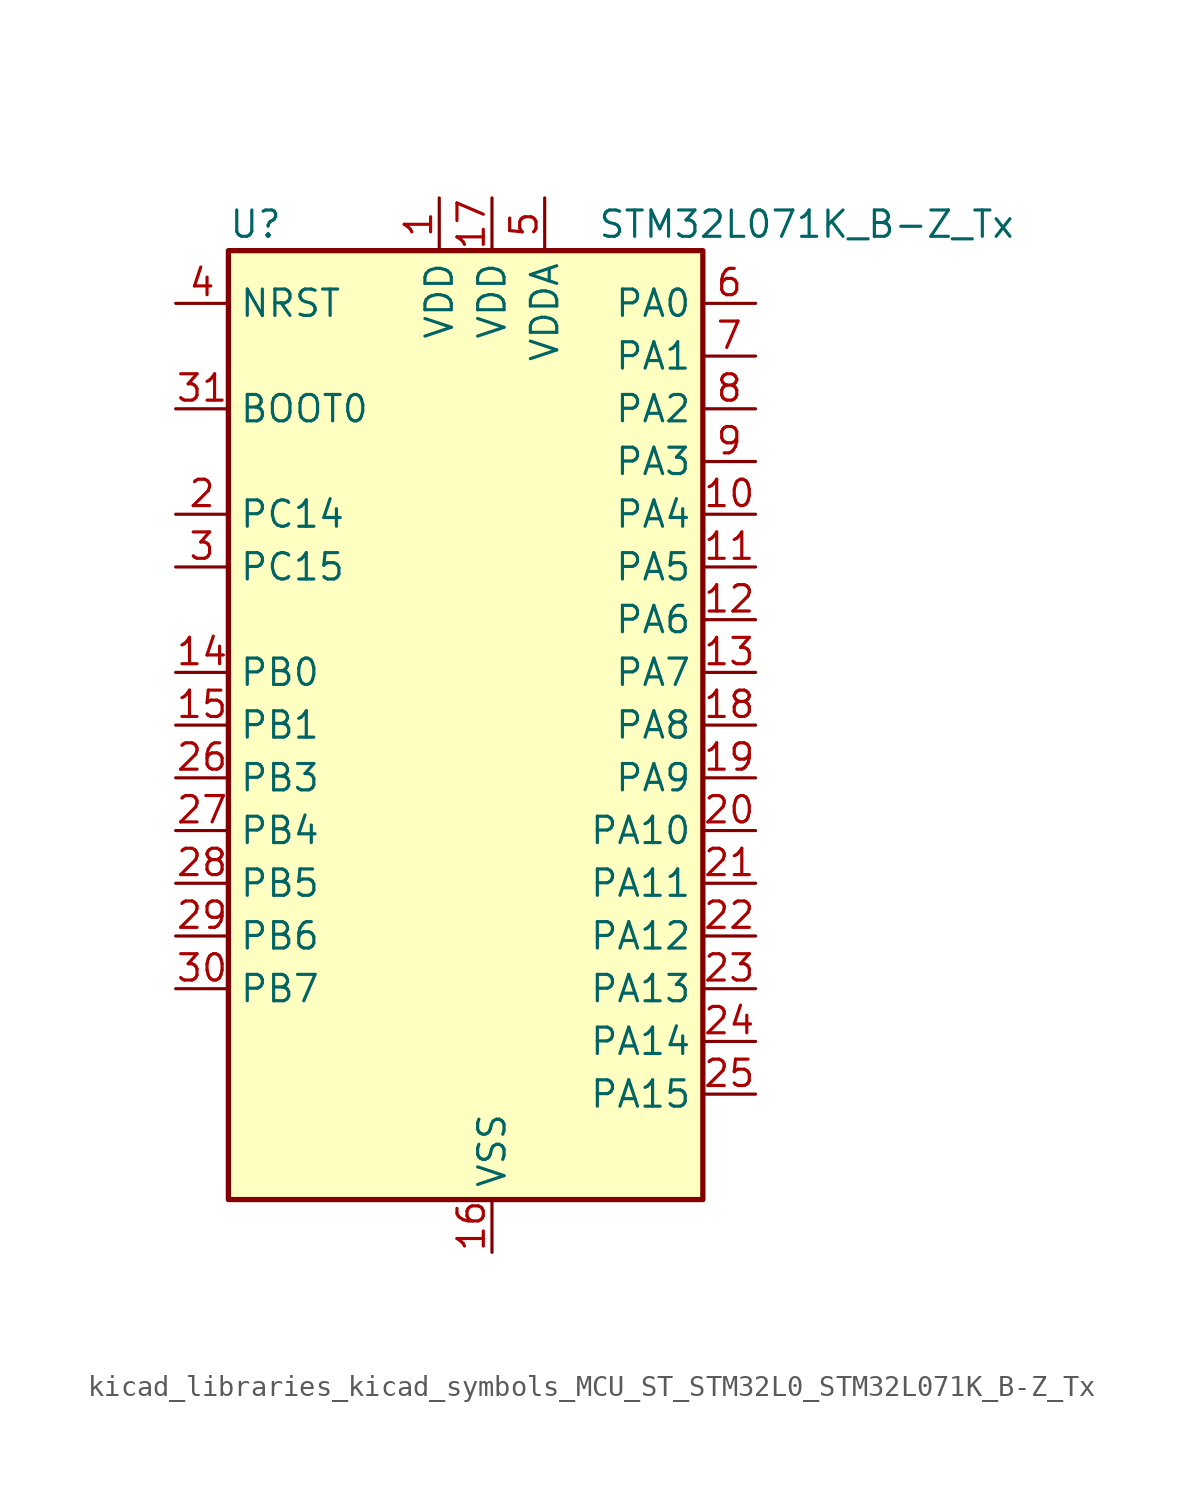
<source format=kicad_sym>
(kicad_symbol_lib
  (version 20220914)
  (generator kicad_symbol_editor)
  (symbol "kicad_libraries_kicad_symbols_MCU_ST_STM32L0_STM32L071K_B-Z_Tx"
    (property "Reference" "U"
      (at -10.16 24.13 0)
      (effects (font (size 1.27 1.27)) (justify left)))
    (property "Value" "STM32L071K_B-Z_Tx"
      (at 7.62 24.13 0)
      (effects (font (size 1.27 1.27)) (justify left)))
    (property "ki_locked" ""
      (at 0 0 0)
      (effects (font (size 1.27 1.27))))
    (symbol "kicad_libraries_kicad_symbols_MCU_ST_STM32L0_STM32L071K_B-Z_Tx_0_1"
      (rectangle (start -10.16 -22.86) (end 12.7 22.86) (stroke (width 0.254) (type default)) (fill (type background))))
    (symbol "kicad_libraries_kicad_symbols_MCU_ST_STM32L0_STM32L071K_B-Z_Tx_1_1"
      (pin power_in line (at 0 25.4 270) (length 2.54) (name "VDD" (effects (font (size 1.27 1.27)))) (number "1" (effects (font (size 1.27 1.27)))))
      (pin bidirectional line (at 15.24 10.16 180) (length 2.54) (name "PA4" (effects (font (size 1.27 1.27)))) (number "10" (effects (font (size 1.27 1.27)))) (alternate "ADC_IN4" bidirectional line) (alternate "COMP1_INM" bidirectional line) (alternate "COMP2_INM" bidirectional line) (alternate "SPI1_NSS" bidirectional line) (alternate "TIM22_ETR" bidirectional line) (alternate "USART2_CK" bidirectional line))
      (pin bidirectional line (at 15.24 7.62 180) (length 2.54) (name "PA5" (effects (font (size 1.27 1.27)))) (number "11" (effects (font (size 1.27 1.27)))) (alternate "ADC_IN5" bidirectional line) (alternate "COMP1_INM" bidirectional line) (alternate "COMP2_INM" bidirectional line) (alternate "SPI1_SCK" bidirectional line) (alternate "TIM2_CH1" bidirectional line) (alternate "TIM2_ETR" bidirectional line))
      (pin bidirectional line (at 15.24 5.08 180) (length 2.54) (name "PA6" (effects (font (size 1.27 1.27)))) (number "12" (effects (font (size 1.27 1.27)))) (alternate "ADC_IN6" bidirectional line) (alternate "COMP1_OUT" bidirectional line) (alternate "LPUART1_CTS" bidirectional line) (alternate "SPI1_MISO" bidirectional line) (alternate "TIM22_CH1" bidirectional line) (alternate "TIM3_CH1" bidirectional line))
      (pin bidirectional line (at 15.24 2.54 180) (length 2.54) (name "PA7" (effects (font (size 1.27 1.27)))) (number "13" (effects (font (size 1.27 1.27)))) (alternate "ADC_IN7" bidirectional line) (alternate "COMP2_OUT" bidirectional line) (alternate "SPI1_MOSI" bidirectional line) (alternate "TIM22_CH2" bidirectional line) (alternate "TIM3_CH2" bidirectional line))
      (pin bidirectional line (at -12.7 2.54 0) (length 2.54) (name "PB0" (effects (font (size 1.27 1.27)))) (number "14" (effects (font (size 1.27 1.27)))) (alternate "ADC_IN8" bidirectional line) (alternate "SYS_VREF_OUT_PB0" bidirectional line) (alternate "TIM3_CH3" bidirectional line))
      (pin bidirectional line (at -12.7 0 0) (length 2.54) (name "PB1" (effects (font (size 1.27 1.27)))) (number "15" (effects (font (size 1.27 1.27)))) (alternate "ADC_IN9" bidirectional line) (alternate "LPUART1_DE" bidirectional line) (alternate "LPUART1_RTS" bidirectional line) (alternate "SYS_VREF_OUT_PB1" bidirectional line) (alternate "TIM3_CH4" bidirectional line))
      (pin power_in line (at 2.54 -25.4 90) (length 2.54) (name "VSS" (effects (font (size 1.27 1.27)))) (number "16" (effects (font (size 1.27 1.27)))))
      (pin power_in line (at 2.54 25.4 270) (length 2.54) (name "VDD" (effects (font (size 1.27 1.27)))) (number "17" (effects (font (size 1.27 1.27)))))
      (pin bidirectional line (at 15.24 0 180) (length 2.54) (name "PA8" (effects (font (size 1.27 1.27)))) (number "18" (effects (font (size 1.27 1.27)))) (alternate "I2C3_SCL" bidirectional line) (alternate "RCC_MCO" bidirectional line) (alternate "USART1_CK" bidirectional line))
      (pin bidirectional line (at 15.24 -2.54 180) (length 2.54) (name "PA9" (effects (font (size 1.27 1.27)))) (number "19" (effects (font (size 1.27 1.27)))) (alternate "I2C1_SCL" bidirectional line) (alternate "I2C3_SMBA" bidirectional line) (alternate "RCC_MCO" bidirectional line) (alternate "USART1_TX" bidirectional line))
      (pin bidirectional line (at -12.7 10.16 0) (length 2.54) (name "PC14" (effects (font (size 1.27 1.27)))) (number "2" (effects (font (size 1.27 1.27)))) (alternate "RCC_OSC32_IN" bidirectional line))
      (pin bidirectional line (at 15.24 -5.08 180) (length 2.54) (name "PA10" (effects (font (size 1.27 1.27)))) (number "20" (effects (font (size 1.27 1.27)))) (alternate "I2C1_SDA" bidirectional line) (alternate "USART1_RX" bidirectional line))
      (pin bidirectional line (at 15.24 -7.62 180) (length 2.54) (name "PA11" (effects (font (size 1.27 1.27)))) (number "21" (effects (font (size 1.27 1.27)))) (alternate "ADC_EXTI11" bidirectional line) (alternate "COMP1_OUT" bidirectional line) (alternate "SPI1_MISO" bidirectional line) (alternate "USART1_CTS" bidirectional line))
      (pin bidirectional line (at 15.24 -10.16 180) (length 2.54) (name "PA12" (effects (font (size 1.27 1.27)))) (number "22" (effects (font (size 1.27 1.27)))) (alternate "COMP2_OUT" bidirectional line) (alternate "SPI1_MOSI" bidirectional line) (alternate "USART1_DE" bidirectional line) (alternate "USART1_RTS" bidirectional line))
      (pin bidirectional line (at 15.24 -12.7 180) (length 2.54) (name "PA13" (effects (font (size 1.27 1.27)))) (number "23" (effects (font (size 1.27 1.27)))) (alternate "LPUART1_RX" bidirectional line) (alternate "SYS_SWDIO" bidirectional line))
      (pin bidirectional line (at 15.24 -15.24 180) (length 2.54) (name "PA14" (effects (font (size 1.27 1.27)))) (number "24" (effects (font (size 1.27 1.27)))) (alternate "LPUART1_TX" bidirectional line) (alternate "SYS_SWCLK" bidirectional line) (alternate "USART2_TX" bidirectional line))
      (pin bidirectional line (at 15.24 -17.78 180) (length 2.54) (name "PA15" (effects (font (size 1.27 1.27)))) (number "25" (effects (font (size 1.27 1.27)))) (alternate "SPI1_NSS" bidirectional line) (alternate "TIM2_CH1" bidirectional line) (alternate "TIM2_ETR" bidirectional line) (alternate "USART2_RX" bidirectional line) (alternate "USART4_DE" bidirectional line) (alternate "USART4_RTS" bidirectional line))
      (pin bidirectional line (at -12.7 -2.54 0) (length 2.54) (name "PB3" (effects (font (size 1.27 1.27)))) (number "26" (effects (font (size 1.27 1.27)))) (alternate "COMP2_INM" bidirectional line) (alternate "SPI1_SCK" bidirectional line) (alternate "TIM2_CH2" bidirectional line) (alternate "USART1_DE" bidirectional line) (alternate "USART1_RTS" bidirectional line) (alternate "USART5_TX" bidirectional line))
      (pin bidirectional line (at -12.7 -5.08 0) (length 2.54) (name "PB4" (effects (font (size 1.27 1.27)))) (number "27" (effects (font (size 1.27 1.27)))) (alternate "COMP2_INP" bidirectional line) (alternate "I2C3_SDA" bidirectional line) (alternate "SPI1_MISO" bidirectional line) (alternate "TIM22_CH1" bidirectional line) (alternate "TIM3_CH1" bidirectional line) (alternate "USART1_CTS" bidirectional line) (alternate "USART5_RX" bidirectional line))
      (pin bidirectional line (at -12.7 -7.62 0) (length 2.54) (name "PB5" (effects (font (size 1.27 1.27)))) (number "28" (effects (font (size 1.27 1.27)))) (alternate "COMP2_INP" bidirectional line) (alternate "I2C1_SMBA" bidirectional line) (alternate "LPTIM1_IN1" bidirectional line) (alternate "SPI1_MOSI" bidirectional line) (alternate "TIM22_CH2" bidirectional line) (alternate "TIM3_CH2" bidirectional line) (alternate "USART1_CK" bidirectional line) (alternate "USART5_CK" bidirectional line) (alternate "USART5_DE" bidirectional line) (alternate "USART5_RTS" bidirectional line))
      (pin bidirectional line (at -12.7 -10.16 0) (length 2.54) (name "PB6" (effects (font (size 1.27 1.27)))) (number "29" (effects (font (size 1.27 1.27)))) (alternate "COMP2_INP" bidirectional line) (alternate "I2C1_SCL" bidirectional line) (alternate "LPTIM1_ETR" bidirectional line) (alternate "USART1_TX" bidirectional line))
      (pin bidirectional line (at -12.7 7.62 0) (length 2.54) (name "PC15" (effects (font (size 1.27 1.27)))) (number "3" (effects (font (size 1.27 1.27)))) (alternate "RCC_OSC32_OUT" bidirectional line))
      (pin bidirectional line (at -12.7 -12.7 0) (length 2.54) (name "PB7" (effects (font (size 1.27 1.27)))) (number "30" (effects (font (size 1.27 1.27)))) (alternate "COMP2_INP" bidirectional line) (alternate "I2C1_SDA" bidirectional line) (alternate "LPTIM1_IN2" bidirectional line) (alternate "SYS_PVD_IN" bidirectional line) (alternate "USART1_RX" bidirectional line) (alternate "USART4_CTS" bidirectional line))
      (pin input line (at -12.7 15.24 0) (length 2.54) (name "BOOT0" (effects (font (size 1.27 1.27)))) (number "31" (effects (font (size 1.27 1.27)))))
      (pin passive line (at 2.54 -25.4 90) (length 2.54) hide (name "VSS" (effects (font (size 1.27 1.27)))) (number "32" (effects (font (size 1.27 1.27)))))
      (pin input line (at -12.7 20.32 0) (length 2.54) (name "NRST" (effects (font (size 1.27 1.27)))) (number "4" (effects (font (size 1.27 1.27)))))
      (pin power_in line (at 5.08 25.4 270) (length 2.54) (name "VDDA" (effects (font (size 1.27 1.27)))) (number "5" (effects (font (size 1.27 1.27)))))
      (pin bidirectional line (at 15.24 20.32 180) (length 2.54) (name "PA0" (effects (font (size 1.27 1.27)))) (number "6" (effects (font (size 1.27 1.27)))) (alternate "ADC_IN0" bidirectional line) (alternate "COMP1_INM" bidirectional line) (alternate "COMP1_OUT" bidirectional line) (alternate "RTC_TAMP2" bidirectional line) (alternate "SYS_WKUP1" bidirectional line) (alternate "TIM2_CH1" bidirectional line) (alternate "TIM2_ETR" bidirectional line) (alternate "USART2_CTS" bidirectional line) (alternate "USART4_TX" bidirectional line))
      (pin bidirectional line (at 15.24 17.78 180) (length 2.54) (name "PA1" (effects (font (size 1.27 1.27)))) (number "7" (effects (font (size 1.27 1.27)))) (alternate "ADC_IN1" bidirectional line) (alternate "COMP1_INP" bidirectional line) (alternate "TIM21_ETR" bidirectional line) (alternate "TIM2_CH2" bidirectional line) (alternate "USART2_DE" bidirectional line) (alternate "USART2_RTS" bidirectional line) (alternate "USART4_RX" bidirectional line))
      (pin bidirectional line (at 15.24 15.24 180) (length 2.54) (name "PA2" (effects (font (size 1.27 1.27)))) (number "8" (effects (font (size 1.27 1.27)))) (alternate "ADC_IN2" bidirectional line) (alternate "COMP2_INM" bidirectional line) (alternate "COMP2_OUT" bidirectional line) (alternate "LPUART1_TX" bidirectional line) (alternate "TIM21_CH1" bidirectional line) (alternate "TIM2_CH3" bidirectional line) (alternate "USART2_TX" bidirectional line))
      (pin bidirectional line (at 15.24 12.7 180) (length 2.54) (name "PA3" (effects (font (size 1.27 1.27)))) (number "9" (effects (font (size 1.27 1.27)))) (alternate "ADC_IN3" bidirectional line) (alternate "COMP2_INP" bidirectional line) (alternate "LPUART1_RX" bidirectional line) (alternate "TIM21_CH2" bidirectional line) (alternate "TIM2_CH4" bidirectional line) (alternate "USART2_RX" bidirectional line)))))
</source>
